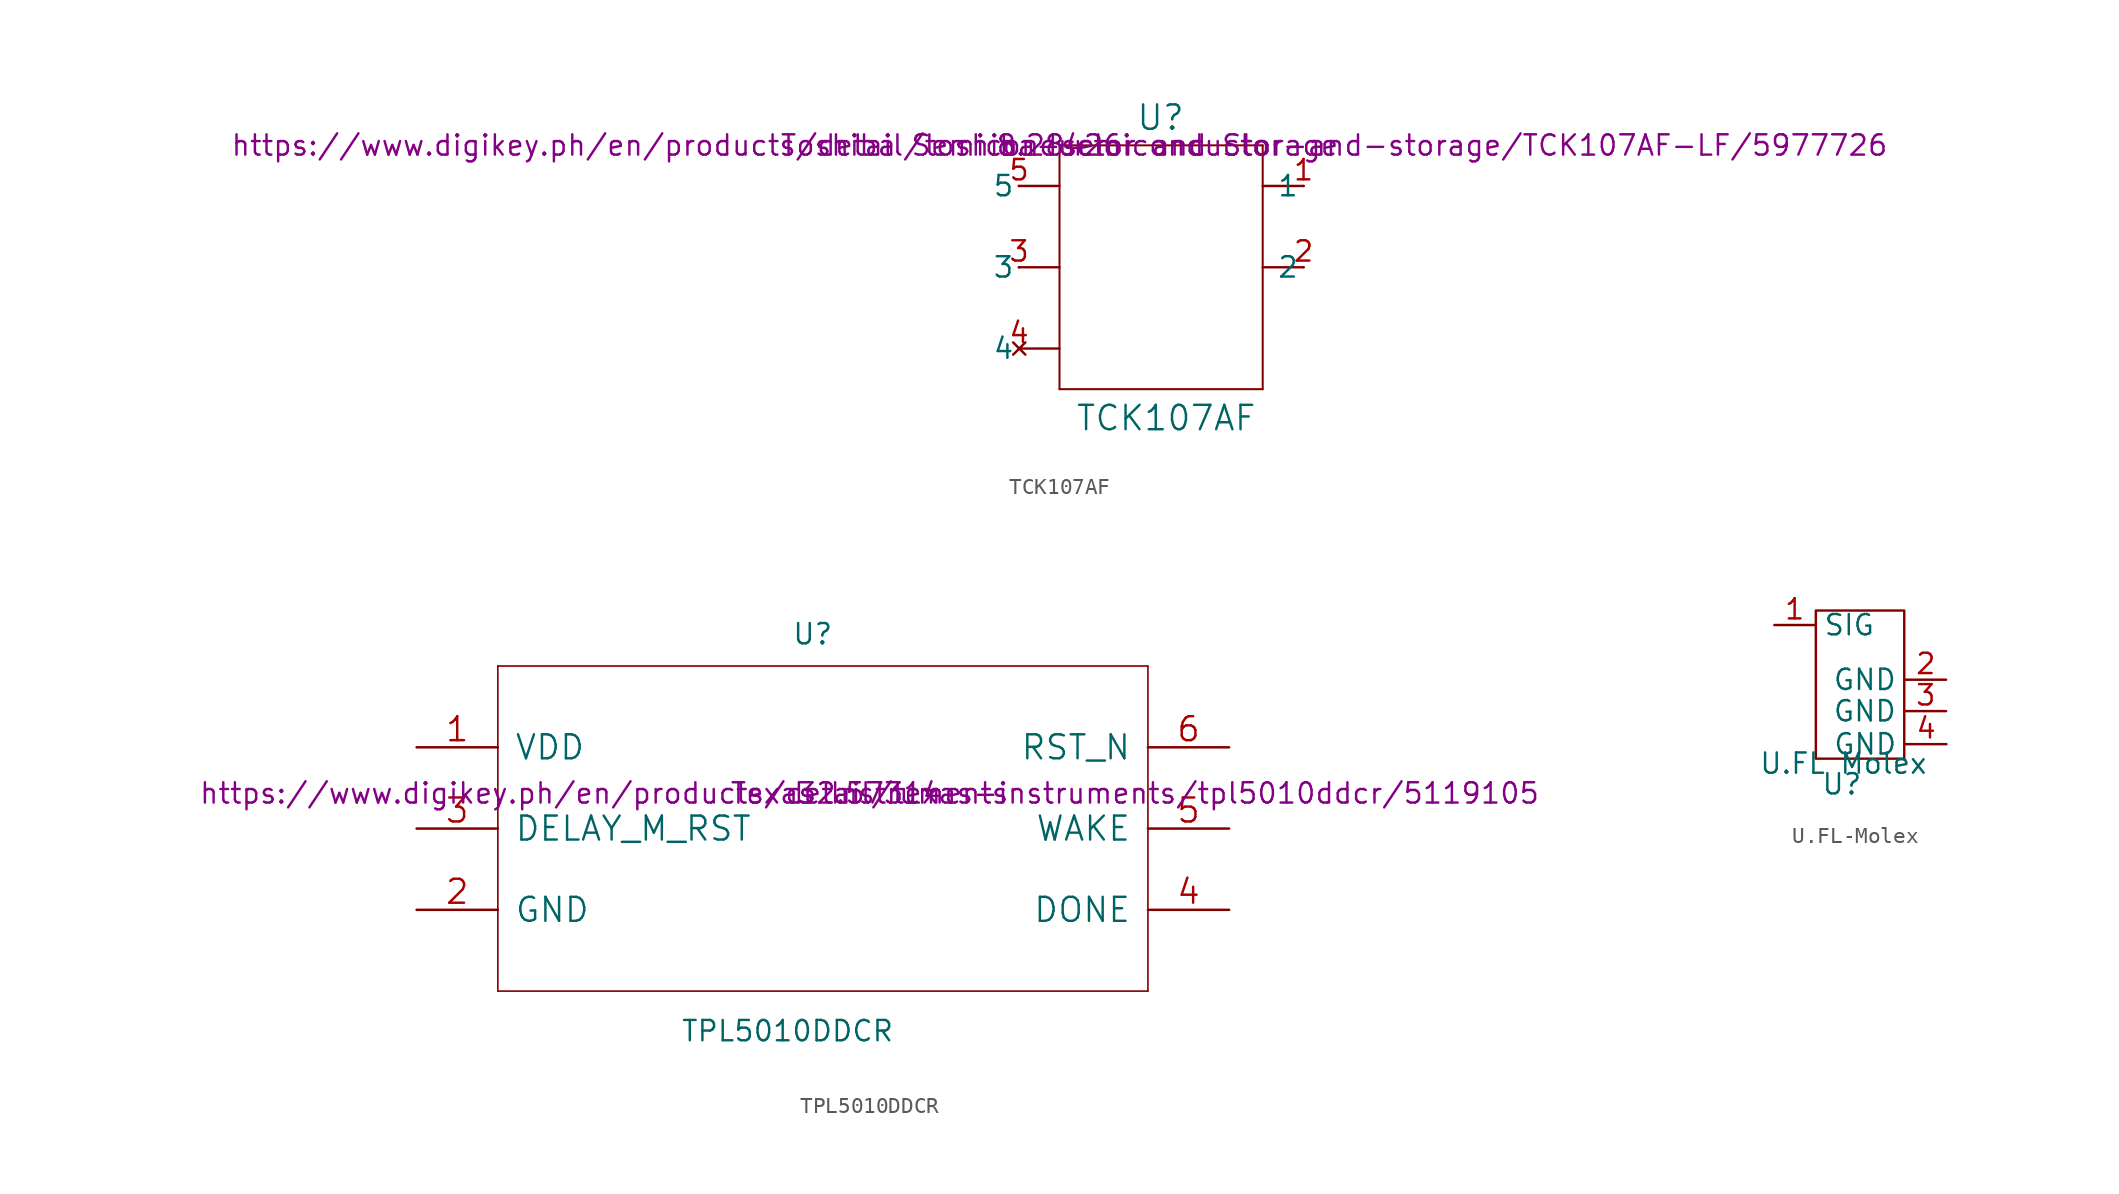
<source format=kicad_sym>
(kicad_symbol_lib
  (version 20220914)
  (generator kicad_symbol_editor)
  (symbol "TCK107AF"
    (pin_names
      (offset 0.254))
    (property "Reference" "U"
      (at 6.315 1.734 0)
      (effects (font (size 1.524 1.524))))
    (property "Value" "TCK107AF"
      (at 6.669 -17.044 0)
      (effects (font (size 1.524 1.524))))
    (property "Manufacturer_Name" "Toshiba Semiconductor and Storage"
      (at 0 0 0)
      (effects (font (size 1.27 1.27))))
    (property "Link" "https://www.digikey.ph/en/products/detail/toshiba-semiconductor-and-storage/TCK107AF-LF/5977726"
      (at 0 0 0)
      (effects (font (size 1.27 1.27))))
    (property "Price " "8.28426"
      (at 0 0 0)
      (effects (font (size 1.27 1.27))))
    (symbol "TCK107AF_0_1"
      (polyline (pts (xy -2.54 -12.7) (xy 0 -12.7)) (stroke (width 0) (type default)) (fill (type none)))
      (polyline (pts (xy -2.54 -7.62) (xy 0 -7.62)) (stroke (width 0) (type default)) (fill (type none)))
      (polyline (pts (xy -2.54 -2.54) (xy 0 -2.54)) (stroke (width 0) (type default)) (fill (type none)))
      (polyline (pts (xy 0 -15.24) (xy 0 0)) (stroke (width 0.127) (type default)) (fill (type none)))
      (polyline (pts (xy 0 0) (xy 12.7 0)) (stroke (width 0.127) (type default)) (fill (type none)))
      (polyline (pts (xy 12.7 -15.24) (xy 0 -15.24)) (stroke (width 0.127) (type default)) (fill (type none)))
      (polyline (pts (xy 12.7 0) (xy 12.7 -15.24)) (stroke (width 0.127) (type default)) (fill (type none)))
      (polyline (pts (xy 15.24 -7.62) (xy 12.7 -7.62)) (stroke (width 0) (type default)) (fill (type none)))
      (polyline (pts (xy 15.24 -2.54) (xy 12.7 -2.54)) (stroke (width 0) (type default)) (fill (type none)))
      (pin input line (at 15.265 -2.54 180) (length 0.025) (name "1" (effects (font (size 1.27 1.27)))) (number "1" (effects (font (size 1.27 1.27)))))
      (pin power_out line (at 15.265 -7.62 180) (length 0.025) (name "2" (effects (font (size 1.27 1.27)))) (number "2" (effects (font (size 1.27 1.27)))))
      (pin unspecified line (at -2.515 -7.62 180) (length 0.025) (name "3" (effects (font (size 1.27 1.27)))) (number "3" (effects (font (size 1.27 1.27)))))
      (pin no_connect line (at -2.515 -12.7 180) (length 0.025) (name "4" (effects (font (size 1.27 1.27)))) (number "4" (effects (font (size 1.27 1.27)))))
      (pin output line (at -2.515 -2.54 180) (length 0.025) (name "5" (effects (font (size 1.27 1.27)))) (number "5" (effects (font (size 1.27 1.27)))))))
  (symbol "TPL5010DDCR"
    (pin_names
      (offset 1.016))
    (property "Reference" "U"
      (at -4.863 9.212 0)
      (effects (font (size 1.27 1.27)) (justify left bottom)))
    (property "Value" "TPL5010DDCR"
      (at -11.816 -15.603 0)
      (effects (font (size 1.27 1.27)) (justify left bottom)))
    (property "Manufacturer_Name" "Texas Instruments"
      (at 0 0 0)
      (effects (font (size 1.27 1.27))))
    (property "Link" "https://www.digikey.ph/en/products/detail/texas-instruments/tpl5010ddcr/5119105"
      (at 0 0 0)
      (effects (font (size 1.27 1.27))))
    (property "Price" "32.57314"
      (at 0 0 0)
      (effects (font (size 1.27 1.27))))
    (symbol "TPL5010DDCR_1_1"
      (polyline (pts (xy -23.234 -12.366) (xy 17.406 -12.366)) (stroke (width 0.102) (type default)) (fill (type none)))
      (polyline (pts (xy -23.234 7.954) (xy -23.234 -12.366)) (stroke (width 0.102) (type default)) (fill (type none)))
      (polyline (pts (xy 17.406 -12.366) (xy 17.406 7.954)) (stroke (width 0.102) (type default)) (fill (type none)))
      (polyline (pts (xy 17.406 7.954) (xy -23.234 7.954)) (stroke (width 0.102) (type default)) (fill (type none)))
      (pin power_in line (at -28.314 2.874 0) (length 5.08) (name "VDD" (effects (font (size 1.499 1.499)))) (number "1" (effects (font (size 1.499 1.499)))))
      (pin power_in line (at -28.314 -7.286 0) (length 5.08) (name "GND" (effects (font (size 1.499 1.499)))) (number "2" (effects (font (size 1.499 1.499)))))
      (pin input line (at -28.314 -2.206 0) (length 5.08) (name "DELAY_M_RST" (effects (font (size 1.499 1.499)))) (number "3" (effects (font (size 1.499 1.499)))))
      (pin input line (at 22.486 -7.286 180) (length 5.08) (name "DONE" (effects (font (size 1.499 1.499)))) (number "4" (effects (font (size 1.499 1.499)))))
      (pin output line (at 22.486 -2.206 180) (length 5.08) (name "WAKE" (effects (font (size 1.499 1.499)))) (number "5" (effects (font (size 1.499 1.499)))))
      (pin output line (at 22.486 2.874 180) (length 5.08) (name "RST_N" (effects (font (size 1.499 1.499)))) (number "6" (effects (font (size 1.499 1.499)))))))
  (symbol "U.FL-Molex"
    (property "Reference" "U"
      (at -0.097 -1.295 0)
      (effects (font (size 1.27 1.27))))
    (property "Value" "U.FL Molex"
      (at 0 0 0)
      (effects (font (size 1.27 1.27))))
    (symbol "U.FL-Molex_0_1"
      (rectangle (start -1.723 9.569) (end 3.81 0.299) (stroke (width 0) (type default)) (fill (type none))))
    (symbol "U.FL-Molex_1_1"
      (pin input line (at -4.32 8.661 0) (length 2.54) (name "SIG" (effects (font (size 1.27 1.27)))) (number "1" (effects (font (size 1.27 1.27)))))
      (pin input line (at 6.427 5.24 180) (length 2.54) (name "GND" (effects (font (size 1.27 1.27)))) (number "2" (effects (font (size 1.27 1.27)))))
      (pin input line (at 6.427 3.276 180) (length 2.54) (name "GND" (effects (font (size 1.27 1.27)))) (number "3" (effects (font (size 1.27 1.27)))))
      (pin input line (at 6.449 1.207 180) (length 2.54) (name "GND" (effects (font (size 1.27 1.27)))) (number "4" (effects (font (size 1.27 1.27))))))))
</source>
